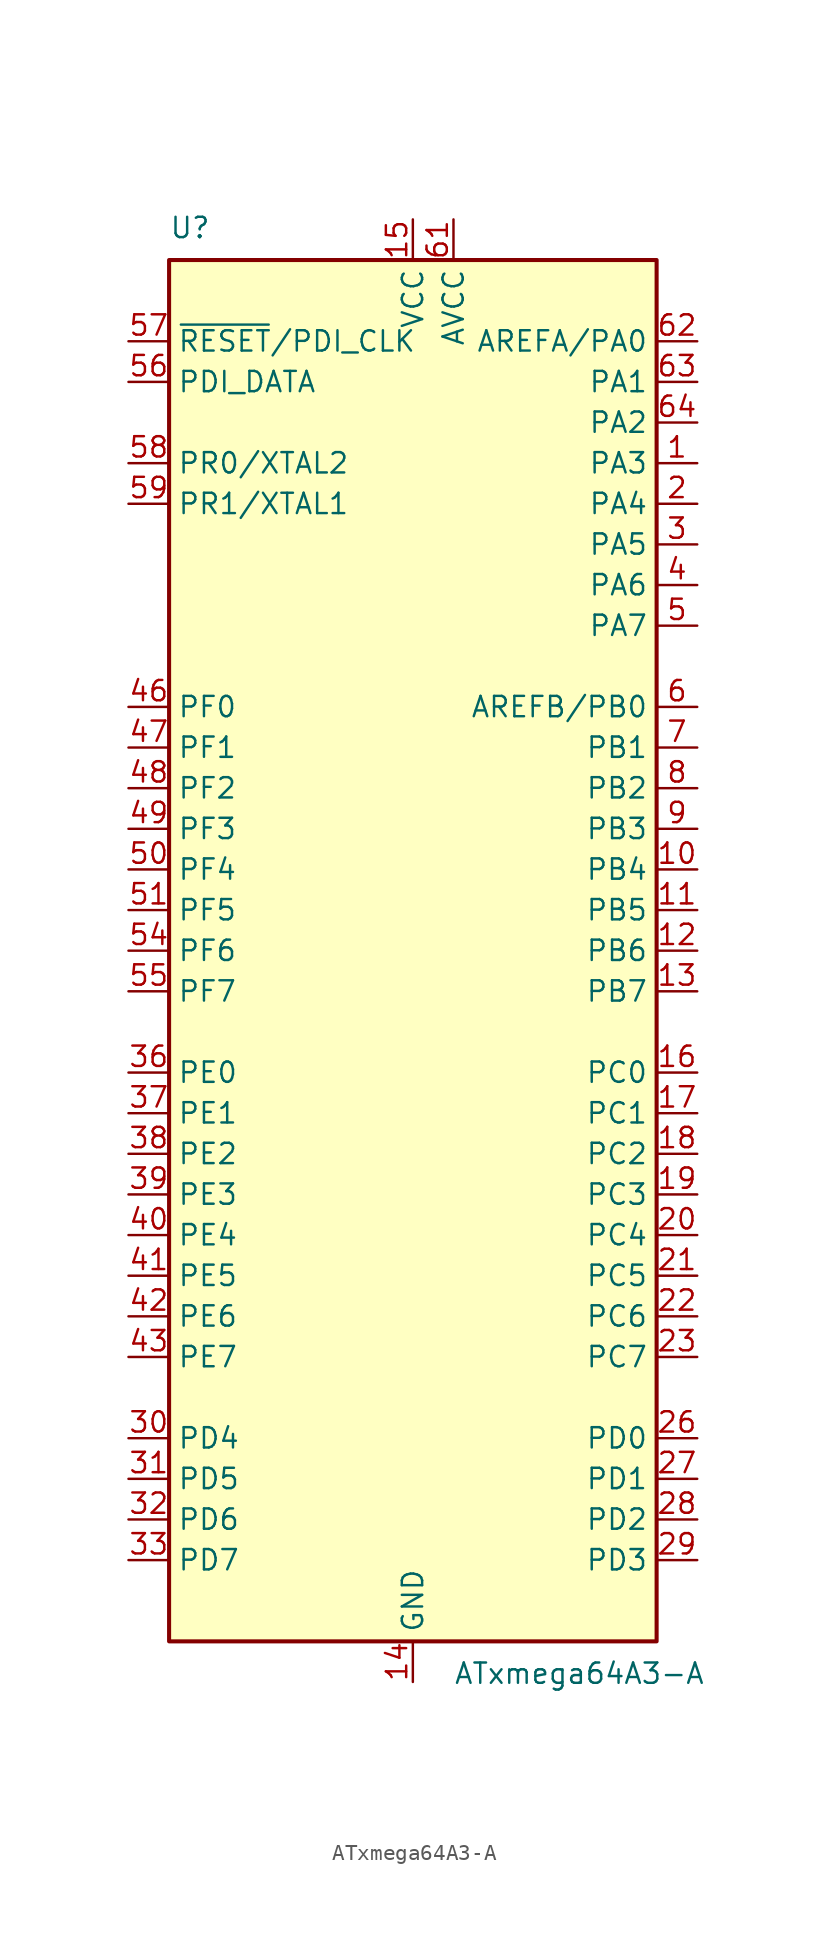
<source format=kicad_sym>
(kicad_symbol_lib
  (version 20241209)
  (generator "kicad_symbol_editor")
  (generator_version "9.0")
  (symbol "ATxmega64A3-A"
    (property "Reference" "U"
      (at -15.24 44.45 0)
      (effects (font (size 1.27 1.27)) (justify left bottom)))
    (property "Value" "ATxmega64A3-A"
      (at 2.54 -44.45 0)
      (effects (font (size 1.27 1.27)) (justify left top)))
    (symbol "ATxmega64A3-A_0_1"
      (rectangle (start -15.24 -43.18) (end 15.24 43.18) (stroke (width 0.254) (type default)) (fill (type background))))
    (symbol "ATxmega64A3-A_1_1"
      (pin input line (at -17.78 38.1 0) (length 2.54) (name "~{RESET}/PDI_CLK" (effects (font (size 1.27 1.27)))) (number "57" (effects (font (size 1.27 1.27)))))
      (pin bidirectional line (at -17.78 35.56 0) (length 2.54) (name "PDI_DATA" (effects (font (size 1.27 1.27)))) (number "56" (effects (font (size 1.27 1.27)))))
      (pin bidirectional line (at -17.78 30.48 0) (length 2.54) (name "PR0/XTAL2" (effects (font (size 1.27 1.27)))) (number "58" (effects (font (size 1.27 1.27)))))
      (pin bidirectional line (at -17.78 27.94 0) (length 2.54) (name "PR1/XTAL1" (effects (font (size 1.27 1.27)))) (number "59" (effects (font (size 1.27 1.27)))))
      (pin bidirectional line (at -17.78 15.24 0) (length 2.54) (name "PF0" (effects (font (size 1.27 1.27)))) (number "46" (effects (font (size 1.27 1.27)))))
      (pin bidirectional line (at -17.78 12.7 0) (length 2.54) (name "PF1" (effects (font (size 1.27 1.27)))) (number "47" (effects (font (size 1.27 1.27)))))
      (pin bidirectional line (at -17.78 10.16 0) (length 2.54) (name "PF2" (effects (font (size 1.27 1.27)))) (number "48" (effects (font (size 1.27 1.27)))))
      (pin bidirectional line (at -17.78 7.62 0) (length 2.54) (name "PF3" (effects (font (size 1.27 1.27)))) (number "49" (effects (font (size 1.27 1.27)))))
      (pin bidirectional line (at -17.78 5.08 0) (length 2.54) (name "PF4" (effects (font (size 1.27 1.27)))) (number "50" (effects (font (size 1.27 1.27)))))
      (pin bidirectional line (at -17.78 2.54 0) (length 2.54) (name "PF5" (effects (font (size 1.27 1.27)))) (number "51" (effects (font (size 1.27 1.27)))))
      (pin bidirectional line (at -17.78 0 0) (length 2.54) (name "PF6" (effects (font (size 1.27 1.27)))) (number "54" (effects (font (size 1.27 1.27)))))
      (pin bidirectional line (at -17.78 -2.54 0) (length 2.54) (name "PF7" (effects (font (size 1.27 1.27)))) (number "55" (effects (font (size 1.27 1.27)))))
      (pin bidirectional line (at -17.78 -7.62 0) (length 2.54) (name "PE0" (effects (font (size 1.27 1.27)))) (number "36" (effects (font (size 1.27 1.27)))))
      (pin bidirectional line (at -17.78 -10.16 0) (length 2.54) (name "PE1" (effects (font (size 1.27 1.27)))) (number "37" (effects (font (size 1.27 1.27)))))
      (pin bidirectional line (at -17.78 -12.7 0) (length 2.54) (name "PE2" (effects (font (size 1.27 1.27)))) (number "38" (effects (font (size 1.27 1.27)))))
      (pin bidirectional line (at -17.78 -15.24 0) (length 2.54) (name "PE3" (effects (font (size 1.27 1.27)))) (number "39" (effects (font (size 1.27 1.27)))))
      (pin bidirectional line (at -17.78 -17.78 0) (length 2.54) (name "PE4" (effects (font (size 1.27 1.27)))) (number "40" (effects (font (size 1.27 1.27)))))
      (pin bidirectional line (at -17.78 -20.32 0) (length 2.54) (name "PE5" (effects (font (size 1.27 1.27)))) (number "41" (effects (font (size 1.27 1.27)))))
      (pin bidirectional line (at -17.78 -22.86 0) (length 2.54) (name "PE6" (effects (font (size 1.27 1.27)))) (number "42" (effects (font (size 1.27 1.27)))))
      (pin bidirectional line (at -17.78 -25.4 0) (length 2.54) (name "PE7" (effects (font (size 1.27 1.27)))) (number "43" (effects (font (size 1.27 1.27)))))
      (pin bidirectional line (at -17.78 -30.48 0) (length 2.54) (name "PD4" (effects (font (size 1.27 1.27)))) (number "30" (effects (font (size 1.27 1.27)))))
      (pin bidirectional line (at -17.78 -33.02 0) (length 2.54) (name "PD5" (effects (font (size 1.27 1.27)))) (number "31" (effects (font (size 1.27 1.27)))))
      (pin bidirectional line (at -17.78 -35.56 0) (length 2.54) (name "PD6" (effects (font (size 1.27 1.27)))) (number "32" (effects (font (size 1.27 1.27)))))
      (pin bidirectional line (at -17.78 -38.1 0) (length 2.54) (name "PD7" (effects (font (size 1.27 1.27)))) (number "33" (effects (font (size 1.27 1.27)))))
      (pin power_in line (at 0 45.72 270) (length 2.54) (name "VCC" (effects (font (size 1.27 1.27)))) (number "15" (effects (font (size 1.27 1.27)))))
      (pin passive line (at 0 45.72 270) (length 2.54) (hide yes) (name "VCC" (effects (font (size 1.27 1.27)))) (number "25" (effects (font (size 1.27 1.27)))))
      (pin passive line (at 0 45.72 270) (length 2.54) (hide yes) (name "VCC" (effects (font (size 1.27 1.27)))) (number "35" (effects (font (size 1.27 1.27)))))
      (pin passive line (at 0 45.72 270) (length 2.54) (hide yes) (name "VCC" (effects (font (size 1.27 1.27)))) (number "45" (effects (font (size 1.27 1.27)))))
      (pin passive line (at 0 45.72 270) (length 2.54) (hide yes) (name "VCC" (effects (font (size 1.27 1.27)))) (number "53" (effects (font (size 1.27 1.27)))))
      (pin power_in line (at 0 -45.72 90) (length 2.54) (name "GND" (effects (font (size 1.27 1.27)))) (number "14" (effects (font (size 1.27 1.27)))))
      (pin passive line (at 0 -45.72 90) (length 2.54) (hide yes) (name "GND" (effects (font (size 1.27 1.27)))) (number "24" (effects (font (size 1.27 1.27)))))
      (pin passive line (at 0 -45.72 90) (length 2.54) (hide yes) (name "GND" (effects (font (size 1.27 1.27)))) (number "34" (effects (font (size 1.27 1.27)))))
      (pin passive line (at 0 -45.72 90) (length 2.54) (hide yes) (name "GND" (effects (font (size 1.27 1.27)))) (number "44" (effects (font (size 1.27 1.27)))))
      (pin passive line (at 0 -45.72 90) (length 2.54) (hide yes) (name "GND" (effects (font (size 1.27 1.27)))) (number "52" (effects (font (size 1.27 1.27)))))
      (pin passive line (at 0 -45.72 90) (length 2.54) (hide yes) (name "GND" (effects (font (size 1.27 1.27)))) (number "60" (effects (font (size 1.27 1.27)))))
      (pin power_in line (at 2.54 45.72 270) (length 2.54) (name "AVCC" (effects (font (size 1.27 1.27)))) (number "61" (effects (font (size 1.27 1.27)))))
      (pin bidirectional line (at 17.78 38.1 180) (length 2.54) (name "AREFA/PA0" (effects (font (size 1.27 1.27)))) (number "62" (effects (font (size 1.27 1.27)))))
      (pin bidirectional line (at 17.78 35.56 180) (length 2.54) (name "PA1" (effects (font (size 1.27 1.27)))) (number "63" (effects (font (size 1.27 1.27)))))
      (pin bidirectional line (at 17.78 33.02 180) (length 2.54) (name "PA2" (effects (font (size 1.27 1.27)))) (number "64" (effects (font (size 1.27 1.27)))))
      (pin bidirectional line (at 17.78 30.48 180) (length 2.54) (name "PA3" (effects (font (size 1.27 1.27)))) (number "1" (effects (font (size 1.27 1.27)))))
      (pin bidirectional line (at 17.78 27.94 180) (length 2.54) (name "PA4" (effects (font (size 1.27 1.27)))) (number "2" (effects (font (size 1.27 1.27)))))
      (pin bidirectional line (at 17.78 25.4 180) (length 2.54) (name "PA5" (effects (font (size 1.27 1.27)))) (number "3" (effects (font (size 1.27 1.27)))))
      (pin bidirectional line (at 17.78 22.86 180) (length 2.54) (name "PA6" (effects (font (size 1.27 1.27)))) (number "4" (effects (font (size 1.27 1.27)))))
      (pin bidirectional line (at 17.78 20.32 180) (length 2.54) (name "PA7" (effects (font (size 1.27 1.27)))) (number "5" (effects (font (size 1.27 1.27)))))
      (pin bidirectional line (at 17.78 15.24 180) (length 2.54) (name "AREFB/PB0" (effects (font (size 1.27 1.27)))) (number "6" (effects (font (size 1.27 1.27)))))
      (pin bidirectional line (at 17.78 12.7 180) (length 2.54) (name "PB1" (effects (font (size 1.27 1.27)))) (number "7" (effects (font (size 1.27 1.27)))))
      (pin bidirectional line (at 17.78 10.16 180) (length 2.54) (name "PB2" (effects (font (size 1.27 1.27)))) (number "8" (effects (font (size 1.27 1.27)))))
      (pin bidirectional line (at 17.78 7.62 180) (length 2.54) (name "PB3" (effects (font (size 1.27 1.27)))) (number "9" (effects (font (size 1.27 1.27)))))
      (pin bidirectional line (at 17.78 5.08 180) (length 2.54) (name "PB4" (effects (font (size 1.27 1.27)))) (number "10" (effects (font (size 1.27 1.27)))))
      (pin bidirectional line (at 17.78 2.54 180) (length 2.54) (name "PB5" (effects (font (size 1.27 1.27)))) (number "11" (effects (font (size 1.27 1.27)))))
      (pin bidirectional line (at 17.78 0 180) (length 2.54) (name "PB6" (effects (font (size 1.27 1.27)))) (number "12" (effects (font (size 1.27 1.27)))))
      (pin bidirectional line (at 17.78 -2.54 180) (length 2.54) (name "PB7" (effects (font (size 1.27 1.27)))) (number "13" (effects (font (size 1.27 1.27)))))
      (pin bidirectional line (at 17.78 -7.62 180) (length 2.54) (name "PC0" (effects (font (size 1.27 1.27)))) (number "16" (effects (font (size 1.27 1.27)))))
      (pin bidirectional line (at 17.78 -10.16 180) (length 2.54) (name "PC1" (effects (font (size 1.27 1.27)))) (number "17" (effects (font (size 1.27 1.27)))))
      (pin bidirectional line (at 17.78 -12.7 180) (length 2.54) (name "PC2" (effects (font (size 1.27 1.27)))) (number "18" (effects (font (size 1.27 1.27)))))
      (pin bidirectional line (at 17.78 -15.24 180) (length 2.54) (name "PC3" (effects (font (size 1.27 1.27)))) (number "19" (effects (font (size 1.27 1.27)))))
      (pin bidirectional line (at 17.78 -17.78 180) (length 2.54) (name "PC4" (effects (font (size 1.27 1.27)))) (number "20" (effects (font (size 1.27 1.27)))))
      (pin bidirectional line (at 17.78 -20.32 180) (length 2.54) (name "PC5" (effects (font (size 1.27 1.27)))) (number "21" (effects (font (size 1.27 1.27)))))
      (pin bidirectional line (at 17.78 -22.86 180) (length 2.54) (name "PC6" (effects (font (size 1.27 1.27)))) (number "22" (effects (font (size 1.27 1.27)))))
      (pin bidirectional line (at 17.78 -25.4 180) (length 2.54) (name "PC7" (effects (font (size 1.27 1.27)))) (number "23" (effects (font (size 1.27 1.27)))))
      (pin bidirectional line (at 17.78 -30.48 180) (length 2.54) (name "PD0" (effects (font (size 1.27 1.27)))) (number "26" (effects (font (size 1.27 1.27)))))
      (pin bidirectional line (at 17.78 -33.02 180) (length 2.54) (name "PD1" (effects (font (size 1.27 1.27)))) (number "27" (effects (font (size 1.27 1.27)))))
      (pin bidirectional line (at 17.78 -35.56 180) (length 2.54) (name "PD2" (effects (font (size 1.27 1.27)))) (number "28" (effects (font (size 1.27 1.27)))))
      (pin bidirectional line (at 17.78 -38.1 180) (length 2.54) (name "PD3" (effects (font (size 1.27 1.27)))) (number "29" (effects (font (size 1.27 1.27))))))))
</source>
